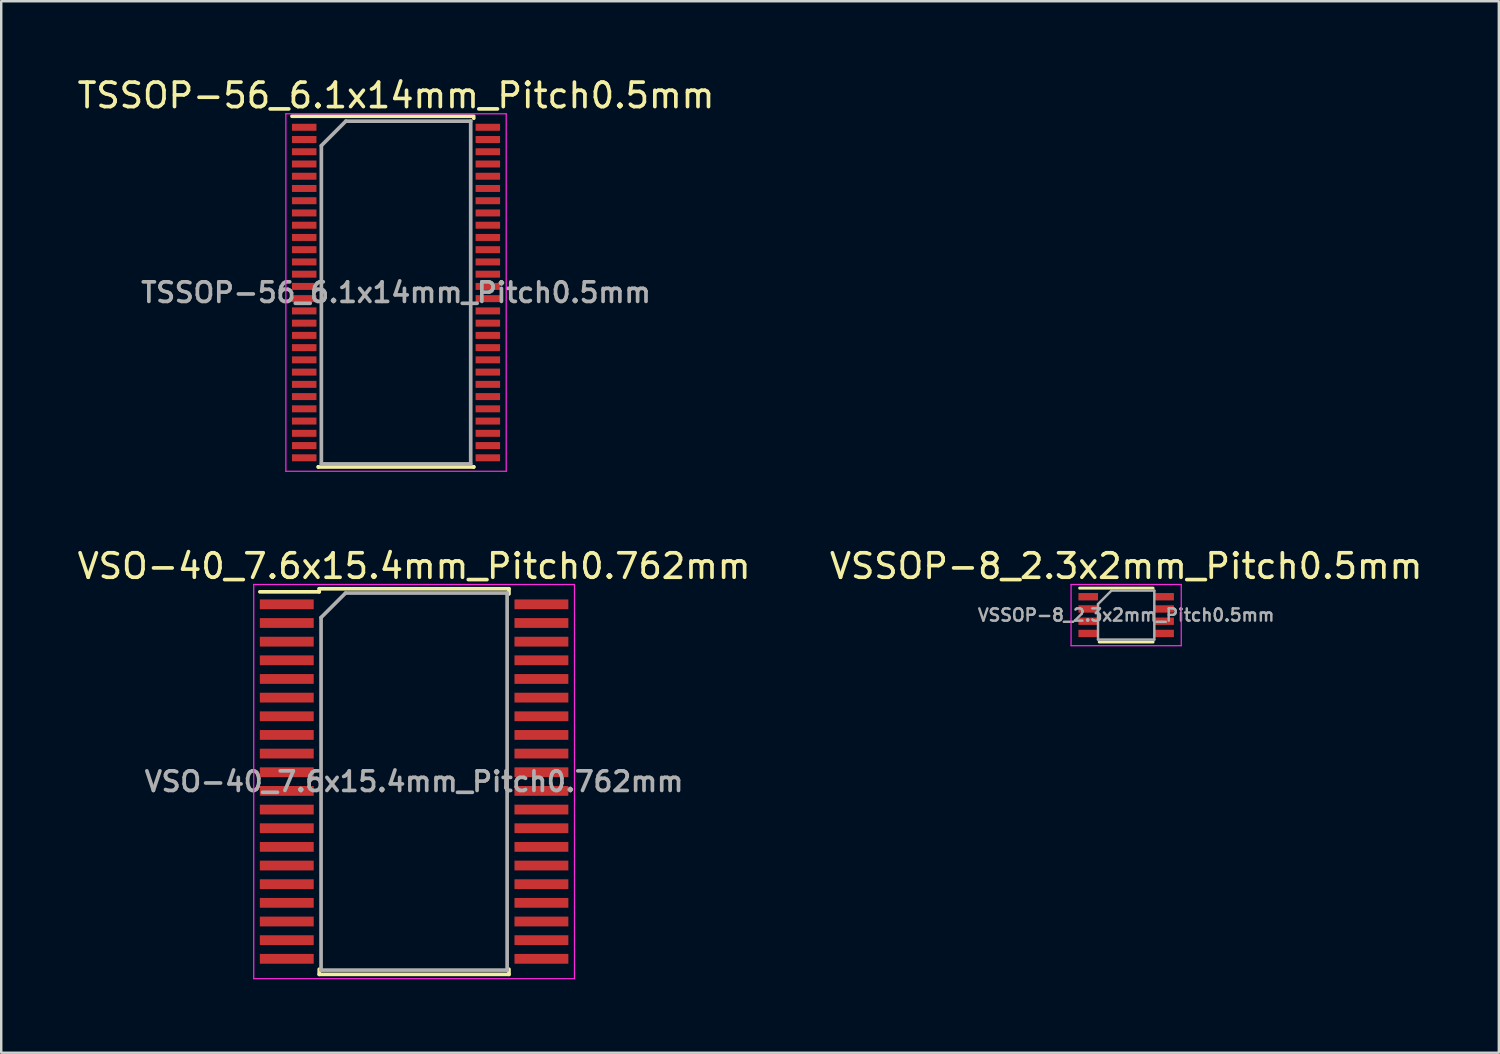
<source format=kicad_pcb>
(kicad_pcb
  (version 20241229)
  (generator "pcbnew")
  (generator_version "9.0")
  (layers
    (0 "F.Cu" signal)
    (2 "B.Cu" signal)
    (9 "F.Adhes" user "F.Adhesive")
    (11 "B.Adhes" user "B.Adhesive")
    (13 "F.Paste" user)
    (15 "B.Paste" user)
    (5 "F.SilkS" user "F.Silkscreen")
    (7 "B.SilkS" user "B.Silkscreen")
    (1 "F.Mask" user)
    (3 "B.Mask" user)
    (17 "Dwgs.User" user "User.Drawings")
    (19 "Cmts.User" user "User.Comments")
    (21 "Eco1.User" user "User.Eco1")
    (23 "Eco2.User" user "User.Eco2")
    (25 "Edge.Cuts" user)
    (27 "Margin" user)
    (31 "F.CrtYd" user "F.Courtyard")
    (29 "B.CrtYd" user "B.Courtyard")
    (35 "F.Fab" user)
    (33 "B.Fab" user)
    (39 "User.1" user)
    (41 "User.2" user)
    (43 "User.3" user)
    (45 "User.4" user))
  (footprint "TSSOP-56_6.1x14mm_Pitch0.5mm"
    (layer "F.Cu")
    (at 13.125 8.898)
    (property "Reference" "TSSOP-56_6.1x14mm_Pitch0.5mm" (at 0 -8.05 0) (layer "F.SilkS") (effects (font (size 1 1) (thickness 0.15))))
    (attr smd)
    (fp_line (start -4.25 -7.2) (end 3.175 -7.2) (stroke (width 0.15) (type solid)) (layer "F.SilkS"))
    (fp_line (start -3.175 7.125) (end -3.175 7.117) (stroke (width 0.15) (type solid)) (layer "F.SilkS"))
    (fp_line (start -3.175 7.125) (end 3.175 7.125) (stroke (width 0.15) (type solid)) (layer "F.SilkS"))
    (fp_line (start 3.175 -7.125) (end 3.175 -7.117) (stroke (width 0.15) (type solid)) (layer "F.SilkS"))
    (fp_line (start 3.175 7.125) (end 3.175 7.117) (stroke (width 0.15) (type solid)) (layer "F.SilkS"))
    (fp_line (start -4.5 -7.3) (end -4.5 7.3) (stroke (width 0.05) (type solid)) (layer "F.CrtYd"))
    (fp_line (start -4.5 -7.3) (end 4.5 -7.3) (stroke (width 0.05) (type solid)) (layer "F.CrtYd"))
    (fp_line (start -4.5 7.3) (end 4.5 7.3) (stroke (width 0.05) (type solid)) (layer "F.CrtYd"))
    (fp_line (start 4.5 -7.3) (end 4.5 7.3) (stroke (width 0.05) (type solid)) (layer "F.CrtYd"))
    (fp_line (start -3.05 -6) (end -2.05 -7) (stroke (width 0.15) (type solid)) (layer "F.Fab"))
    (fp_line (start -3.05 7) (end -3.05 -6) (stroke (width 0.15) (type solid)) (layer "F.Fab"))
    (fp_line (start -2.05 -7) (end 3.05 -7) (stroke (width 0.15) (type solid)) (layer "F.Fab"))
    (fp_line (start 3.05 -7) (end 3.05 7) (stroke (width 0.15) (type solid)) (layer "F.Fab"))
    (fp_line (start 3.05 7) (end -3.05 7) (stroke (width 0.15) (type solid)) (layer "F.Fab"))
    (fp_text user "${REFERENCE}" (at 0 0 0) (layer "F.Fab") (effects (font (size 0.8 0.8) (thickness 0.15))))
    (pad "1" smd rect (at -3.75 -6.75) (size 1 0.285) (layers "F.Cu" "F.Mask" "F.Paste"))
    (pad "2" smd rect (at -3.75 -6.25) (size 1 0.285) (layers "F.Cu" "F.Mask" "F.Paste"))
    (pad "3" smd rect (at -3.75 -5.75) (size 1 0.285) (layers "F.Cu" "F.Mask" "F.Paste"))
    (pad "4" smd rect (at -3.75 -5.25) (size 1 0.285) (layers "F.Cu" "F.Mask" "F.Paste"))
    (pad "5" smd rect (at -3.75 -4.75) (size 1 0.285) (layers "F.Cu" "F.Mask" "F.Paste"))
    (pad "6" smd rect (at -3.75 -4.25) (size 1 0.285) (layers "F.Cu" "F.Mask" "F.Paste"))
    (pad "7" smd rect (at -3.75 -3.75) (size 1 0.285) (layers "F.Cu" "F.Mask" "F.Paste"))
    (pad "8" smd rect (at -3.75 -3.25) (size 1 0.285) (layers "F.Cu" "F.Mask" "F.Paste"))
    (pad "9" smd rect (at -3.75 -2.75) (size 1 0.285) (layers "F.Cu" "F.Mask" "F.Paste"))
    (pad "10" smd rect (at -3.75 -2.25) (size 1 0.285) (layers "F.Cu" "F.Mask" "F.Paste"))
    (pad "11" smd rect (at -3.75 -1.75) (size 1 0.285) (layers "F.Cu" "F.Mask" "F.Paste"))
    (pad "12" smd rect (at -3.75 -1.25) (size 1 0.285) (layers "F.Cu" "F.Mask" "F.Paste"))
    (pad "13" smd rect (at -3.75 -0.75) (size 1 0.285) (layers "F.Cu" "F.Mask" "F.Paste"))
    (pad "14" smd rect (at -3.75 -0.25) (size 1 0.285) (layers "F.Cu" "F.Mask" "F.Paste"))
    (pad "15" smd rect (at -3.75 0.25) (size 1 0.285) (layers "F.Cu" "F.Mask" "F.Paste"))
    (pad "16" smd rect (at -3.75 0.75) (size 1 0.285) (layers "F.Cu" "F.Mask" "F.Paste"))
    (pad "17" smd rect (at -3.75 1.25) (size 1 0.285) (layers "F.Cu" "F.Mask" "F.Paste"))
    (pad "18" smd rect (at -3.75 1.75) (size 1 0.285) (layers "F.Cu" "F.Mask" "F.Paste"))
    (pad "19" smd rect (at -3.75 2.25) (size 1 0.285) (layers "F.Cu" "F.Mask" "F.Paste"))
    (pad "20" smd rect (at -3.75 2.75) (size 1 0.285) (layers "F.Cu" "F.Mask" "F.Paste"))
    (pad "21" smd rect (at -3.75 3.25) (size 1 0.285) (layers "F.Cu" "F.Mask" "F.Paste"))
    (pad "22" smd rect (at -3.75 3.75) (size 1 0.285) (layers "F.Cu" "F.Mask" "F.Paste"))
    (pad "23" smd rect (at -3.75 4.25) (size 1 0.285) (layers "F.Cu" "F.Mask" "F.Paste"))
    (pad "24" smd rect (at -3.75 4.75) (size 1 0.285) (layers "F.Cu" "F.Mask" "F.Paste"))
    (pad "25" smd rect (at -3.75 5.25) (size 1 0.285) (layers "F.Cu" "F.Mask" "F.Paste"))
    (pad "26" smd rect (at -3.75 5.75) (size 1 0.285) (layers "F.Cu" "F.Mask" "F.Paste"))
    (pad "27" smd rect (at -3.75 6.25) (size 1 0.285) (layers "F.Cu" "F.Mask" "F.Paste"))
    (pad "28" smd rect (at -3.75 6.75) (size 1 0.285) (layers "F.Cu" "F.Mask" "F.Paste"))
    (pad "29" smd rect (at 3.75 6.75) (size 1 0.285) (layers "F.Cu" "F.Mask" "F.Paste"))
    (pad "30" smd rect (at 3.75 6.25) (size 1 0.285) (layers "F.Cu" "F.Mask" "F.Paste"))
    (pad "31" smd rect (at 3.75 5.75) (size 1 0.285) (layers "F.Cu" "F.Mask" "F.Paste"))
    (pad "32" smd rect (at 3.75 5.25) (size 1 0.285) (layers "F.Cu" "F.Mask" "F.Paste"))
    (pad "33" smd rect (at 3.75 4.75) (size 1 0.285) (layers "F.Cu" "F.Mask" "F.Paste"))
    (pad "34" smd rect (at 3.75 4.25) (size 1 0.285) (layers "F.Cu" "F.Mask" "F.Paste"))
    (pad "35" smd rect (at 3.75 3.75) (size 1 0.285) (layers "F.Cu" "F.Mask" "F.Paste"))
    (pad "36" smd rect (at 3.75 3.25) (size 1 0.285) (layers "F.Cu" "F.Mask" "F.Paste"))
    (pad "37" smd rect (at 3.75 2.75) (size 1 0.285) (layers "F.Cu" "F.Mask" "F.Paste"))
    (pad "38" smd rect (at 3.75 2.25) (size 1 0.285) (layers "F.Cu" "F.Mask" "F.Paste"))
    (pad "39" smd rect (at 3.75 1.75) (size 1 0.285) (layers "F.Cu" "F.Mask" "F.Paste"))
    (pad "40" smd rect (at 3.75 1.25) (size 1 0.285) (layers "F.Cu" "F.Mask" "F.Paste"))
    (pad "41" smd rect (at 3.75 0.75) (size 1 0.285) (layers "F.Cu" "F.Mask" "F.Paste"))
    (pad "42" smd rect (at 3.75 0.25) (size 1 0.285) (layers "F.Cu" "F.Mask" "F.Paste"))
    (pad "43" smd rect (at 3.75 -0.25) (size 1 0.285) (layers "F.Cu" "F.Mask" "F.Paste"))
    (pad "44" smd rect (at 3.75 -0.75) (size 1 0.285) (layers "F.Cu" "F.Mask" "F.Paste"))
    (pad "45" smd rect (at 3.75 -1.25) (size 1 0.285) (layers "F.Cu" "F.Mask" "F.Paste"))
    (pad "46" smd rect (at 3.75 -1.75) (size 1 0.285) (layers "F.Cu" "F.Mask" "F.Paste"))
    (pad "47" smd rect (at 3.75 -2.25) (size 1 0.285) (layers "F.Cu" "F.Mask" "F.Paste"))
    (pad "48" smd rect (at 3.75 -2.75) (size 1 0.285) (layers "F.Cu" "F.Mask" "F.Paste"))
    (pad "49" smd rect (at 3.75 -3.25) (size 1 0.285) (layers "F.Cu" "F.Mask" "F.Paste"))
    (pad "50" smd rect (at 3.75 -3.75) (size 1 0.285) (layers "F.Cu" "F.Mask" "F.Paste"))
    (pad "51" smd rect (at 3.75 -4.25) (size 1 0.285) (layers "F.Cu" "F.Mask" "F.Paste"))
    (pad "52" smd rect (at 3.75 -4.75) (size 1 0.285) (layers "F.Cu" "F.Mask" "F.Paste"))
    (pad "53" smd rect (at 3.75 -5.25) (size 1 0.285) (layers "F.Cu" "F.Mask" "F.Paste"))
    (pad "54" smd rect (at 3.75 -5.75) (size 1 0.285) (layers "F.Cu" "F.Mask" "F.Paste"))
    (pad "55" smd rect (at 3.75 -6.25) (size 1 0.285) (layers "F.Cu" "F.Mask" "F.Paste"))
    (pad "56" smd rect (at 3.75 -6.75) (size 1 0.285) (layers "F.Cu" "F.Mask" "F.Paste")))
  (footprint "VSSOP-8_2.3x2mm_Pitch0.5mm"
    (layer "F.Cu")
    (at 42.946 22.072)
    (property "Reference" "VSSOP-8_2.3x2mm_Pitch0.5mm" (at 0 -2 0) (layer "F.SilkS") (effects (font (size 1 1) (thickness 0.15))))
    (attr smd)
    (fp_line (start 1.1 -1.1) (end -1.9 -1.1) (stroke (width 0.12) (type solid)) (layer "F.SilkS"))
    (fp_line (start 1.1 1.1) (end -1.1 1.1) (stroke (width 0.12) (type solid)) (layer "F.SilkS"))
    (fp_line (start -2.25 -1.25) (end 2.25 -1.25) (stroke (width 0.05) (type solid)) (layer "F.CrtYd"))
    (fp_line (start -2.25 1.25) (end -2.25 -1.25) (stroke (width 0.05) (type solid)) (layer "F.CrtYd"))
    (fp_line (start 2.25 -1.25) (end 2.25 1.25) (stroke (width 0.05) (type solid)) (layer "F.CrtYd"))
    (fp_line (start 2.25 1.25) (end -2.25 1.25) (stroke (width 0.05) (type solid)) (layer "F.CrtYd"))
    (fp_line (start -1.15 1) (end -1.15 -0.45) (stroke (width 0.1) (type solid)) (layer "F.Fab"))
    (fp_line (start -0.6 -1) (end -1.15 -0.45) (stroke (width 0.1) (type solid)) (layer "F.Fab"))
    (fp_line (start -0.6 -1) (end 1.15 -1) (stroke (width 0.1) (type solid)) (layer "F.Fab"))
    (fp_line (start 1.15 -1) (end 1.15 1) (stroke (width 0.1) (type solid)) (layer "F.Fab"))
    (fp_line (start 1.15 1) (end -1.15 1) (stroke (width 0.1) (type solid)) (layer "F.Fab"))
    (fp_text user "${REFERENCE}" (at 0 0 0) (layer "F.Fab") (effects (font (size 0.5 0.5) (thickness 0.1))))
    (pad "1" smd rect (at -1.55 -0.75 270) (size 0.3 0.8) (layers "F.Cu" "F.Mask" "F.Paste"))
    (pad "2" smd rect (at -1.55 -0.25 270) (size 0.3 0.8) (layers "F.Cu" "F.Mask" "F.Paste"))
    (pad "3" smd rect (at -1.55 0.25 270) (size 0.3 0.8) (layers "F.Cu" "F.Mask" "F.Paste"))
    (pad "4" smd rect (at -1.55 0.75 270) (size 0.3 0.8) (layers "F.Cu" "F.Mask" "F.Paste"))
    (pad "5" smd rect (at 1.55 0.75 270) (size 0.3 0.8) (layers "F.Cu" "F.Mask" "F.Paste"))
    (pad "6" smd rect (at 1.55 0.25 270) (size 0.3 0.8) (layers "F.Cu" "F.Mask" "F.Paste"))
    (pad "7" smd rect (at 1.55 -0.25 270) (size 0.3 0.8) (layers "F.Cu" "F.Mask" "F.Paste"))
    (pad "8" smd rect (at 1.55 -0.75 270) (size 0.3 0.8) (layers "F.Cu" "F.Mask" "F.Paste")))
  (footprint "VSO-40_7.6x15.4mm_Pitch0.762mm"
    (layer "F.Cu")
    (at 13.863 28.872)
    (property "Reference" "VSO-40_7.6x15.4mm_Pitch0.762mm" (at 0 -8.8 0) (layer "F.SilkS") (effects (font (size 1 1) (thickness 0.15))))
    (attr smd)
    (fp_line (start -3.875 -7.875) (end -3.875 -7.75) (stroke (width 0.15) (type solid)) (layer "F.SilkS"))
    (fp_line (start -3.875 -7.875) (end 3.875 -7.875) (stroke (width 0.15) (type solid)) (layer "F.SilkS"))
    (fp_line (start -3.875 -7.75) (end -6.3 -7.75) (stroke (width 0.15) (type solid)) (layer "F.SilkS"))
    (fp_line (start -3.875 7.875) (end -3.875 7.664) (stroke (width 0.15) (type solid)) (layer "F.SilkS"))
    (fp_line (start -3.875 7.875) (end 3.875 7.875) (stroke (width 0.15) (type solid)) (layer "F.SilkS"))
    (fp_line (start 3.875 -7.875) (end 3.875 -7.664) (stroke (width 0.15) (type solid)) (layer "F.SilkS"))
    (fp_line (start 3.875 7.875) (end 3.875 7.664) (stroke (width 0.15) (type solid)) (layer "F.SilkS"))
    (fp_line (start -6.55 -8.05) (end -6.55 8.05) (stroke (width 0.05) (type solid)) (layer "F.CrtYd"))
    (fp_line (start -6.55 -8.05) (end 6.55 -8.05) (stroke (width 0.05) (type solid)) (layer "F.CrtYd"))
    (fp_line (start -6.55 8.05) (end 6.55 8.05) (stroke (width 0.05) (type solid)) (layer "F.CrtYd"))
    (fp_line (start 6.55 -8.05) (end 6.55 8.05) (stroke (width 0.05) (type solid)) (layer "F.CrtYd"))
    (fp_line (start -3.8 -6.7) (end -2.8 -7.7) (stroke (width 0.15) (type solid)) (layer "F.Fab"))
    (fp_line (start -3.8 7.7) (end -3.8 -6.7) (stroke (width 0.15) (type solid)) (layer "F.Fab"))
    (fp_line (start -2.8 -7.7) (end 3.8 -7.7) (stroke (width 0.15) (type solid)) (layer "F.Fab"))
    (fp_line (start 3.8 -7.7) (end 3.8 7.7) (stroke (width 0.15) (type solid)) (layer "F.Fab"))
    (fp_line (start 3.8 7.7) (end -3.8 7.7) (stroke (width 0.15) (type solid)) (layer "F.Fab"))
    (fp_text user "${REFERENCE}" (at 0 0 0) (layer "F.Fab") (effects (font (size 0.8 0.8) (thickness 0.15))))
    (pad "1" smd rect (at -5.2 -7.239) (size 2.2 0.4) (layers "F.Cu" "F.Mask" "F.Paste"))
    (pad "2" smd rect (at -5.2 -6.477) (size 2.2 0.4) (layers "F.Cu" "F.Mask" "F.Paste"))
    (pad "3" smd rect (at -5.2 -5.715) (size 2.2 0.4) (layers "F.Cu" "F.Mask" "F.Paste"))
    (pad "4" smd rect (at -5.2 -4.953) (size 2.2 0.4) (layers "F.Cu" "F.Mask" "F.Paste"))
    (pad "5" smd rect (at -5.2 -4.191) (size 2.2 0.4) (layers "F.Cu" "F.Mask" "F.Paste"))
    (pad "6" smd rect (at -5.2 -3.429) (size 2.2 0.4) (layers "F.Cu" "F.Mask" "F.Paste"))
    (pad "7" smd rect (at -5.2 -2.667) (size 2.2 0.4) (layers "F.Cu" "F.Mask" "F.Paste"))
    (pad "8" smd rect (at -5.2 -1.905) (size 2.2 0.4) (layers "F.Cu" "F.Mask" "F.Paste"))
    (pad "9" smd rect (at -5.2 -1.143) (size 2.2 0.4) (layers "F.Cu" "F.Mask" "F.Paste"))
    (pad "10" smd rect (at -5.2 -0.381) (size 2.2 0.4) (layers "F.Cu" "F.Mask" "F.Paste"))
    (pad "11" smd rect (at -5.2 0.381) (size 2.2 0.4) (layers "F.Cu" "F.Mask" "F.Paste"))
    (pad "12" smd rect (at -5.2 1.143) (size 2.2 0.4) (layers "F.Cu" "F.Mask" "F.Paste"))
    (pad "13" smd rect (at -5.2 1.905) (size 2.2 0.4) (layers "F.Cu" "F.Mask" "F.Paste"))
    (pad "14" smd rect (at -5.2 2.667) (size 2.2 0.4) (layers "F.Cu" "F.Mask" "F.Paste"))
    (pad "15" smd rect (at -5.2 3.429) (size 2.2 0.4) (layers "F.Cu" "F.Mask" "F.Paste"))
    (pad "16" smd rect (at -5.2 4.191) (size 2.2 0.4) (layers "F.Cu" "F.Mask" "F.Paste"))
    (pad "17" smd rect (at -5.2 4.953) (size 2.2 0.4) (layers "F.Cu" "F.Mask" "F.Paste"))
    (pad "18" smd rect (at -5.2 5.715) (size 2.2 0.4) (layers "F.Cu" "F.Mask" "F.Paste"))
    (pad "19" smd rect (at -5.2 6.477) (size 2.2 0.4) (layers "F.Cu" "F.Mask" "F.Paste"))
    (pad "20" smd rect (at -5.2 7.239) (size 2.2 0.4) (layers "F.Cu" "F.Mask" "F.Paste"))
    (pad "21" smd rect (at 5.2 7.239) (size 2.2 0.4) (layers "F.Cu" "F.Mask" "F.Paste"))
    (pad "22" smd rect (at 5.2 6.477) (size 2.2 0.4) (layers "F.Cu" "F.Mask" "F.Paste"))
    (pad "23" smd rect (at 5.2 5.715) (size 2.2 0.4) (layers "F.Cu" "F.Mask" "F.Paste"))
    (pad "24" smd rect (at 5.2 4.953) (size 2.2 0.4) (layers "F.Cu" "F.Mask" "F.Paste"))
    (pad "25" smd rect (at 5.2 4.191) (size 2.2 0.4) (layers "F.Cu" "F.Mask" "F.Paste"))
    (pad "26" smd rect (at 5.2 3.429) (size 2.2 0.4) (layers "F.Cu" "F.Mask" "F.Paste"))
    (pad "27" smd rect (at 5.2 2.667) (size 2.2 0.4) (layers "F.Cu" "F.Mask" "F.Paste"))
    (pad "28" smd rect (at 5.2 1.905) (size 2.2 0.4) (layers "F.Cu" "F.Mask" "F.Paste"))
    (pad "29" smd rect (at 5.2 1.143) (size 2.2 0.4) (layers "F.Cu" "F.Mask" "F.Paste"))
    (pad "30" smd rect (at 5.2 0.381) (size 2.2 0.4) (layers "F.Cu" "F.Mask" "F.Paste"))
    (pad "31" smd rect (at 5.2 -0.381) (size 2.2 0.4) (layers "F.Cu" "F.Mask" "F.Paste"))
    (pad "32" smd rect (at 5.2 -1.143) (size 2.2 0.4) (layers "F.Cu" "F.Mask" "F.Paste"))
    (pad "33" smd rect (at 5.2 -1.905) (size 2.2 0.4) (layers "F.Cu" "F.Mask" "F.Paste"))
    (pad "34" smd rect (at 5.2 -2.667) (size 2.2 0.4) (layers "F.Cu" "F.Mask" "F.Paste"))
    (pad "35" smd rect (at 5.2 -3.429) (size 2.2 0.4) (layers "F.Cu" "F.Mask" "F.Paste"))
    (pad "36" smd rect (at 5.2 -4.191) (size 2.2 0.4) (layers "F.Cu" "F.Mask" "F.Paste"))
    (pad "37" smd rect (at 5.2 -4.953) (size 2.2 0.4) (layers "F.Cu" "F.Mask" "F.Paste"))
    (pad "38" smd rect (at 5.2 -5.715) (size 2.2 0.4) (layers "F.Cu" "F.Mask" "F.Paste"))
    (pad "39" smd rect (at 5.2 -6.477) (size 2.2 0.4) (layers "F.Cu" "F.Mask" "F.Paste"))
    (pad "40" smd rect (at 5.2 -7.239) (size 2.2 0.4) (layers "F.Cu" "F.Mask" "F.Paste")))
  (gr_rect
    (start -3 -3)
    (end 58.167 39.947)
    (stroke (width 0.1) (type default))
    (fill no)
    (layer "Edge.Cuts")))
</source>
